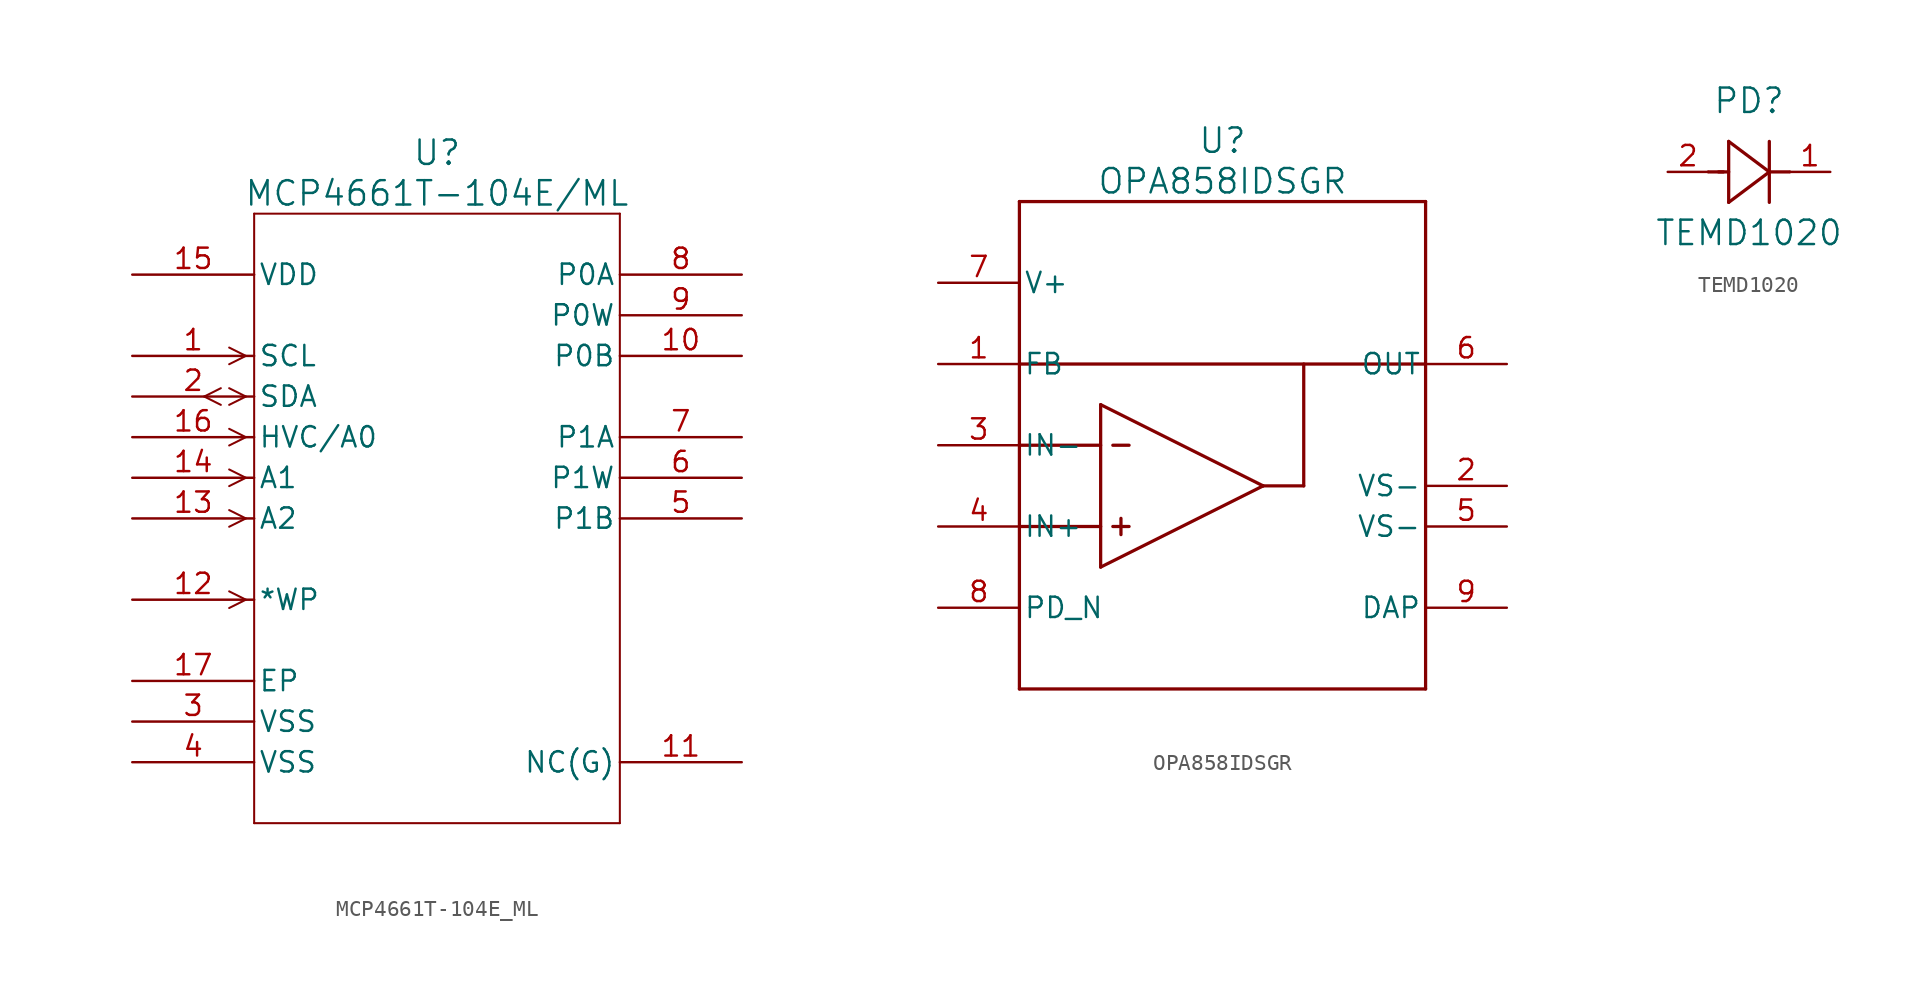
<source format=kicad_sym>
(kicad_symbol_lib
  (version 20220914)
  (generator kicad_symbol_editor)
  (symbol "MCP4661T-104E_ML"
    (pin_names
      (offset 0.254))
    (property "Reference" "U"
      (at 0 22.86 0)
      (effects (font (size 1.524 1.524))))
    (property "Value" "MCP4661T-104E/ML"
      (at 0 20.32 0)
      (effects (font (size 1.524 1.524))))
    (symbol "MCP4661T-104E_ML_0_1"
      (polyline (pts (xy -13.513 7.099) (xy -14.554 7.62)) (stroke (width 0.127) (type default)) (fill (type none)))
      (polyline (pts (xy -13.513 8.141) (xy -14.554 7.62)) (stroke (width 0.127) (type default)) (fill (type none)))
      (polyline (pts (xy -11.951 -5.08) (xy -12.992 -5.601)) (stroke (width 0.127) (type default)) (fill (type none)))
      (polyline (pts (xy -11.951 -5.08) (xy -12.992 -4.559)) (stroke (width 0.127) (type default)) (fill (type none)))
      (polyline (pts (xy -11.951 0) (xy -12.992 -0.521)) (stroke (width 0.127) (type default)) (fill (type none)))
      (polyline (pts (xy -11.951 0) (xy -12.992 0.521)) (stroke (width 0.127) (type default)) (fill (type none)))
      (polyline (pts (xy -11.951 2.54) (xy -12.992 2.019)) (stroke (width 0.127) (type default)) (fill (type none)))
      (polyline (pts (xy -11.951 2.54) (xy -12.992 3.061)) (stroke (width 0.127) (type default)) (fill (type none)))
      (polyline (pts (xy -11.951 5.08) (xy -12.992 4.559)) (stroke (width 0.127) (type default)) (fill (type none)))
      (polyline (pts (xy -11.951 5.08) (xy -12.992 5.601)) (stroke (width 0.127) (type default)) (fill (type none)))
      (polyline (pts (xy -11.951 7.62) (xy -12.992 7.099)) (stroke (width 0.127) (type default)) (fill (type none)))
      (polyline (pts (xy -11.951 7.62) (xy -12.992 8.141)) (stroke (width 0.127) (type default)) (fill (type none)))
      (polyline (pts (xy -11.951 10.16) (xy -12.992 9.639)) (stroke (width 0.127) (type default)) (fill (type none)))
      (polyline (pts (xy -11.951 10.16) (xy -12.992 10.681)) (stroke (width 0.127) (type default)) (fill (type none)))
      (polyline (pts (xy -11.43 -19.05) (xy 11.43 -19.05)) (stroke (width 0.127) (type default)) (fill (type none)))
      (polyline (pts (xy -11.43 19.05) (xy -11.43 -19.05)) (stroke (width 0.127) (type default)) (fill (type none)))
      (polyline (pts (xy 11.43 -19.05) (xy 11.43 19.05)) (stroke (width 0.127) (type default)) (fill (type none)))
      (polyline (pts (xy 11.43 19.05) (xy -11.43 19.05)) (stroke (width 0.127) (type default)) (fill (type none)))
      (pin input line (at -19.05 10.16 0) (length 7.62) (name "SCL" (effects (font (size 1.27 1.27)))) (number "1" (effects (font (size 1.27 1.27)))))
      (pin input line (at -19.05 -5.08 0) (length 7.62) (name "*WP" (effects (font (size 1.27 1.27)))) (number "12" (effects (font (size 1.27 1.27)))))
      (pin input line (at -19.05 0 0) (length 7.62) (name "A2" (effects (font (size 1.27 1.27)))) (number "13" (effects (font (size 1.27 1.27)))))
      (pin input line (at -19.05 2.54 0) (length 7.62) (name "A1" (effects (font (size 1.27 1.27)))) (number "14" (effects (font (size 1.27 1.27)))))
      (pin power_in line (at -19.05 15.24 0) (length 7.62) (name "VDD" (effects (font (size 1.27 1.27)))) (number "15" (effects (font (size 1.27 1.27)))))
      (pin input line (at -19.05 5.08 0) (length 7.62) (name "HVC/A0" (effects (font (size 1.27 1.27)))) (number "16" (effects (font (size 1.27 1.27)))))
      (pin bidirectional line (at -19.05 7.62 0) (length 7.62) (name "SDA" (effects (font (size 1.27 1.27)))) (number "2" (effects (font (size 1.27 1.27)))))
      (pin power_in line (at -19.05 -12.7 0) (length 7.62) (name "VSS" (effects (font (size 1.27 1.27)))) (number "3" (effects (font (size 1.27 1.27)))))
      (pin power_in line (at -19.05 -15.24 0) (length 7.62) (name "VSS" (effects (font (size 1.27 1.27)))) (number "4" (effects (font (size 1.27 1.27))))))
    (symbol "MCP4661T-104E_ML_1_1"
      (pin passive line (at 19.05 10.16 180) (length 7.62) (name "P0B" (effects (font (size 1.27 1.27)))) (number "10" (effects (font (size 1.27 1.27)))))
      (pin power_in line (at 19.05 -15.24 180) (length 7.62) (name "NC(G)" (effects (font (size 1.27 1.27)))) (number "11" (effects (font (size 1.27 1.27)))))
      (pin power_in line (at -19.05 -10.16 0) (length 7.62) (name "EP" (effects (font (size 1.27 1.27)))) (number "17" (effects (font (size 1.27 1.27)))))
      (pin passive line (at 19.05 0 180) (length 7.62) (name "P1B" (effects (font (size 1.27 1.27)))) (number "5" (effects (font (size 1.27 1.27)))))
      (pin passive line (at 19.05 2.54 180) (length 7.62) (name "P1W" (effects (font (size 1.27 1.27)))) (number "6" (effects (font (size 1.27 1.27)))))
      (pin passive line (at 19.05 5.08 180) (length 7.62) (name "P1A" (effects (font (size 1.27 1.27)))) (number "7" (effects (font (size 1.27 1.27)))))
      (pin passive line (at 19.05 15.24 180) (length 7.62) (name "P0A" (effects (font (size 1.27 1.27)))) (number "8" (effects (font (size 1.27 1.27)))))
      (pin passive line (at 19.05 12.7 180) (length 7.62) (name "P0W" (effects (font (size 1.27 1.27)))) (number "9" (effects (font (size 1.27 1.27)))))))
  (symbol "OPA858IDSGR"
    (pin_names
      (offset 0.254))
    (property "Reference" "U"
      (at 0 19.05 0)
      (effects (font (size 1.524 1.524))))
    (property "Value" "OPA858IDSGR"
      (at 0 16.51 0)
      (effects (font (size 1.524 1.524))))
    (symbol "OPA858IDSGR_0_1"
      (polyline (pts (xy -12.7 -15.24) (xy 12.7 -15.24)) (stroke (width 0.203) (type default)) (fill (type none)))
      (polyline (pts (xy -12.7 -5.08) (xy -7.62 -5.08)) (stroke (width 0.203) (type default)) (fill (type none)))
      (polyline (pts (xy -12.7 0) (xy -7.62 0)) (stroke (width 0.203) (type default)) (fill (type none)))
      (polyline (pts (xy -12.7 15.24) (xy -12.7 -15.24)) (stroke (width 0.203) (type default)) (fill (type none)))
      (polyline (pts (xy -7.62 -7.62) (xy 2.54 -2.54)) (stroke (width 0.203) (type default)) (fill (type none)))
      (polyline (pts (xy -7.62 2.54) (xy -7.62 -7.62)) (stroke (width 0.203) (type default)) (fill (type none)))
      (polyline (pts (xy -7.62 2.54) (xy 2.54 -2.54)) (stroke (width 0.203) (type default)) (fill (type none)))
      (polyline (pts (xy -6.858 -5.08) (xy -5.842 -5.08)) (stroke (width 0.203) (type default)) (fill (type none)))
      (polyline (pts (xy -6.858 0) (xy -5.842 0)) (stroke (width 0.203) (type default)) (fill (type none)))
      (polyline (pts (xy -6.35 -4.572) (xy -6.35 -5.588)) (stroke (width 0.203) (type default)) (fill (type none)))
      (polyline (pts (xy 5.08 -2.54) (xy 2.54 -2.54)) (stroke (width 0.203) (type default)) (fill (type none)))
      (polyline (pts (xy 5.08 -2.54) (xy 5.08 5.08)) (stroke (width 0.203) (type default)) (fill (type none)))
      (polyline (pts (xy 12.7 -15.24) (xy 12.7 15.24)) (stroke (width 0.203) (type default)) (fill (type none)))
      (polyline (pts (xy 12.7 5.08) (xy -12.7 5.08)) (stroke (width 0.203) (type default)) (fill (type none)))
      (polyline (pts (xy 12.7 15.24) (xy -12.7 15.24)) (stroke (width 0.203) (type default)) (fill (type none)))
      (pin input line (at -17.78 5.08 0) (length 5.08) (name "FB" (effects (font (size 1.27 1.27)))) (number "1" (effects (font (size 1.27 1.27)))))
      (pin power_in line (at 17.78 -2.54 180) (length 5.08) (name "VS-" (effects (font (size 1.27 1.27)))) (number "2" (effects (font (size 1.27 1.27)))))
      (pin input line (at -17.78 0 0) (length 5.08) (name "IN-" (effects (font (size 1.27 1.27)))) (number "3" (effects (font (size 1.27 1.27)))))
      (pin input line (at -17.78 -5.08 0) (length 5.08) (name "IN+" (effects (font (size 1.27 1.27)))) (number "4" (effects (font (size 1.27 1.27)))))
      (pin power_in line (at 17.78 -5.08 180) (length 5.08) (name "VS-" (effects (font (size 1.27 1.27)))) (number "5" (effects (font (size 1.27 1.27)))))
      (pin output line (at 17.78 5.08 180) (length 5.08) (name "OUT" (effects (font (size 1.27 1.27)))) (number "6" (effects (font (size 1.27 1.27)))))
      (pin power_in line (at -17.78 10.16 0) (length 5.08) (name "V+" (effects (font (size 1.27 1.27)))) (number "7" (effects (font (size 1.27 1.27)))))
      (pin input line (at -17.78 -10.16 0) (length 5.08) (name "PD_N" (effects (font (size 1.27 1.27)))) (number "8" (effects (font (size 1.27 1.27)))))
      (pin power_in line (at 17.78 -10.16 180) (length 5.08) (name "DAP" (effects (font (size 1.27 1.27)))) (number "9" (effects (font (size 1.27 1.27)))))))
  (symbol "TEMD1020"
    (pin_names
      (offset 0.254))
    (property "Reference" "PD"
      (at 5.08 4.445 0)
      (effects (font (size 1.524 1.524))))
    (property "Value" "TEMD1020"
      (at 5.08 -3.81 0)
      (effects (font (size 1.524 1.524))))
    (symbol "TEMD1020_0_1"
      (polyline (pts (xy 2.54 0) (xy 3.48 0)) (stroke (width 0.203) (type default)) (fill (type none)))
      (polyline (pts (xy 3.175 0) (xy 3.81 0)) (stroke (width 0.203) (type default)) (fill (type none)))
      (polyline (pts (xy 3.81 -1.905) (xy 6.35 0)) (stroke (width 0.203) (type default)) (fill (type none)))
      (polyline (pts (xy 3.81 1.905) (xy 3.81 -1.905)) (stroke (width 0.203) (type default)) (fill (type none)))
      (polyline (pts (xy 6.35 -1.905) (xy 6.35 1.905)) (stroke (width 0.203) (type default)) (fill (type none)))
      (polyline (pts (xy 6.35 0) (xy 3.81 1.905)) (stroke (width 0.203) (type default)) (fill (type none)))
      (polyline (pts (xy 6.35 0) (xy 7.62 0)) (stroke (width 0.203) (type default)) (fill (type none))))
    (symbol "TEMD1020_1_1"
      (pin passive line (at 10.16 0 180) (length 2.54) (name "" (effects (font (size 1.27 1.27)))) (number "1" (effects (font (size 1.27 1.27)))))
      (pin passive line (at 0 0 0) (length 2.54) (name "" (effects (font (size 1.27 1.27)))) (number "2" (effects (font (size 1.27 1.27))))))))
</source>
